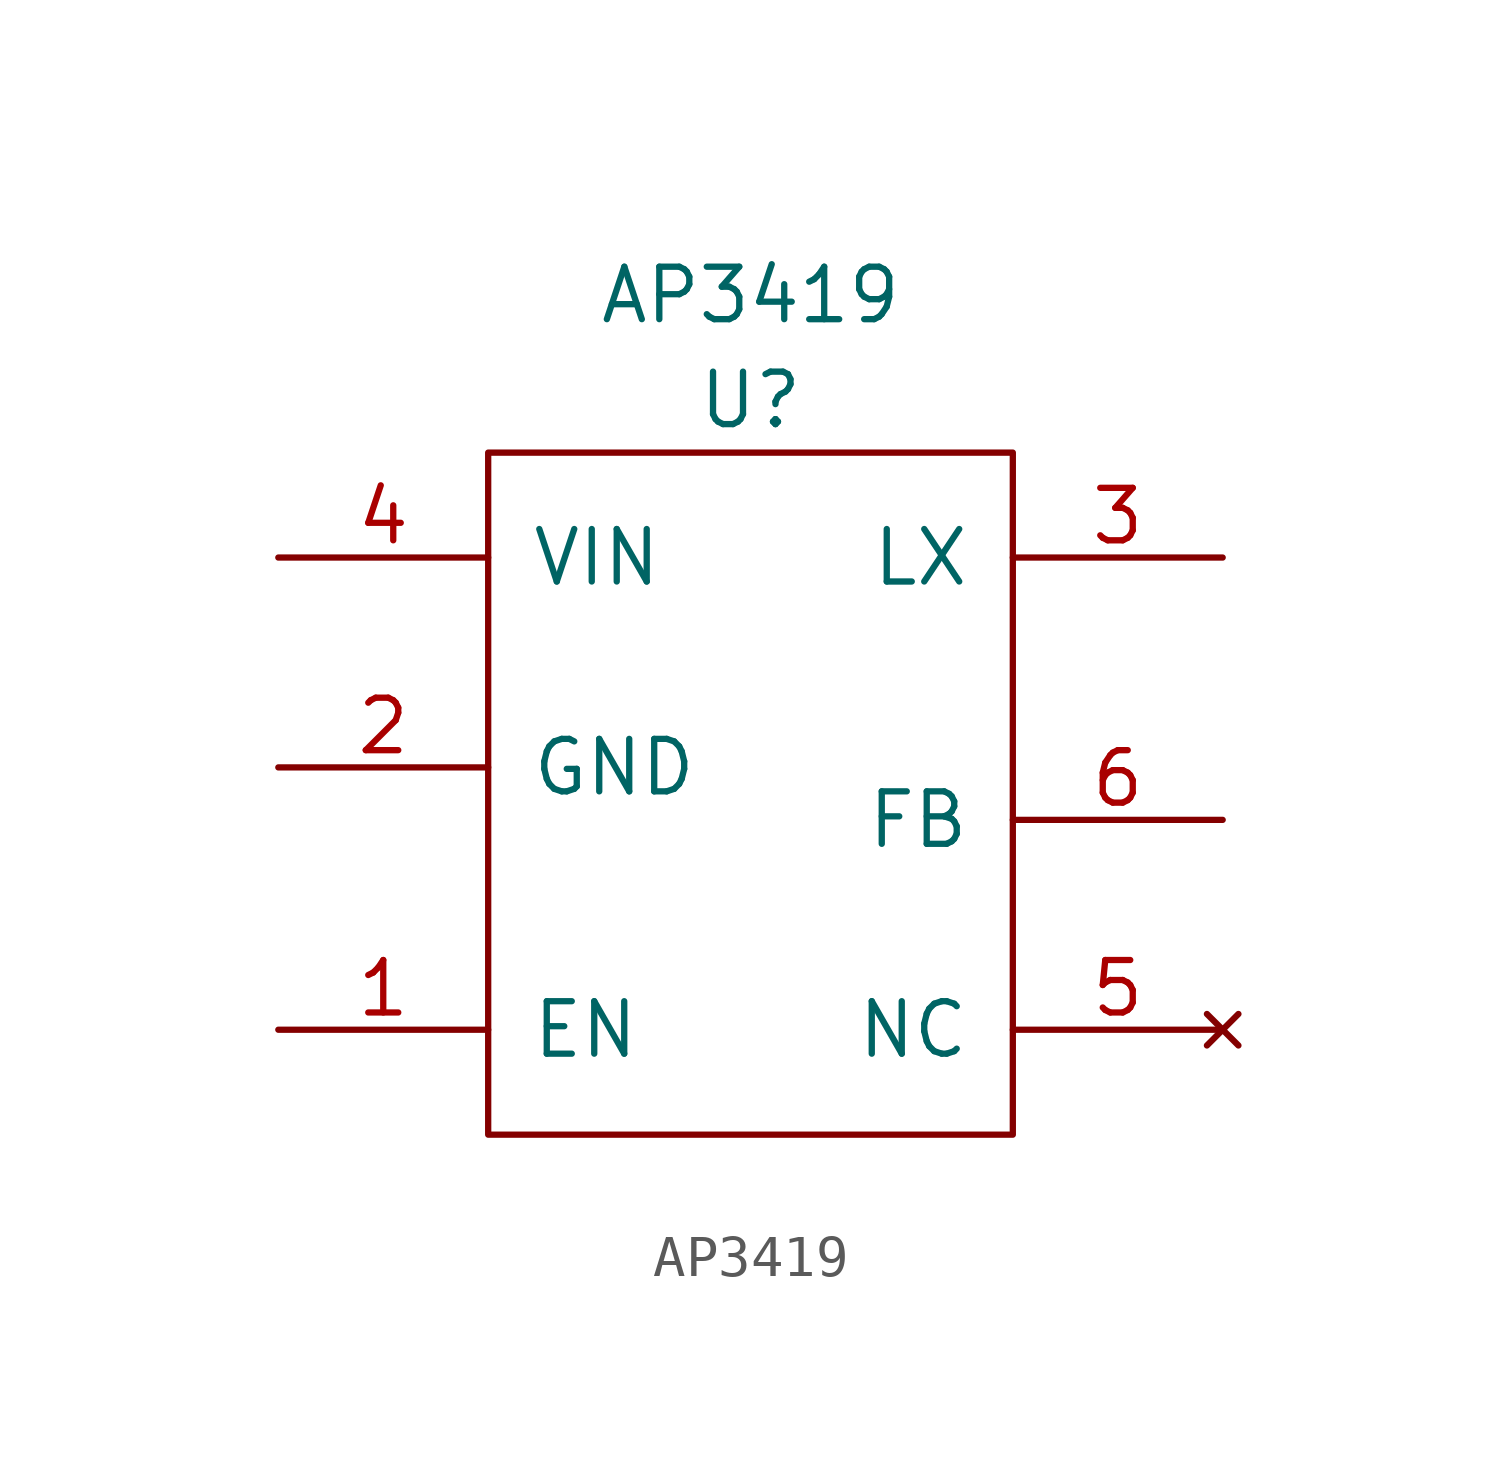
<source format=kicad_sym>
(kicad_symbol_lib
  (version 20211014)
  (generator kicad_symbol_editor)
  (symbol "AP3419"
    (pin_names
      (offset 1.016))
    (property "Reference" "U"
      (at 0 8.89 0)
      (effects (font (size 1.27 1.27))))
    (property "Value" "AP3419"
      (at 0 11.43 0)
      (effects (font (size 1.27 1.27))))
    (symbol "AP3419_0_1"
      (rectangle (start -6.35 7.62) (end 6.35 -8.89) (stroke (width 0) (type default) (color 0 0 0 0)) (fill (type none))))
    (symbol "AP3419_1_1"
      (pin input line (at -11.43 -6.35 0) (length 5.08) (name "EN" (effects (font (size 1.27 1.27)))) (number "1" (effects (font (size 1.27 1.27)))))
      (pin power_in line (at -11.43 0 0) (length 5.08) (name "GND" (effects (font (size 1.27 1.27)))) (number "2" (effects (font (size 1.27 1.27)))))
      (pin power_out line (at 11.43 5.08 180) (length 5.08) (name "LX" (effects (font (size 1.27 1.27)))) (number "3" (effects (font (size 1.27 1.27)))))
      (pin power_in line (at -11.43 5.08 0) (length 5.08) (name "VIN" (effects (font (size 1.27 1.27)))) (number "4" (effects (font (size 1.27 1.27)))))
      (pin no_connect line (at 11.43 -6.35 180) (length 5.08) (name "NC" (effects (font (size 1.27 1.27)))) (number "5" (effects (font (size 1.27 1.27)))))
      (pin input line (at 11.43 -1.27 180) (length 5.08) (name "FB" (effects (font (size 1.27 1.27)))) (number "6" (effects (font (size 1.27 1.27))))))))
</source>
